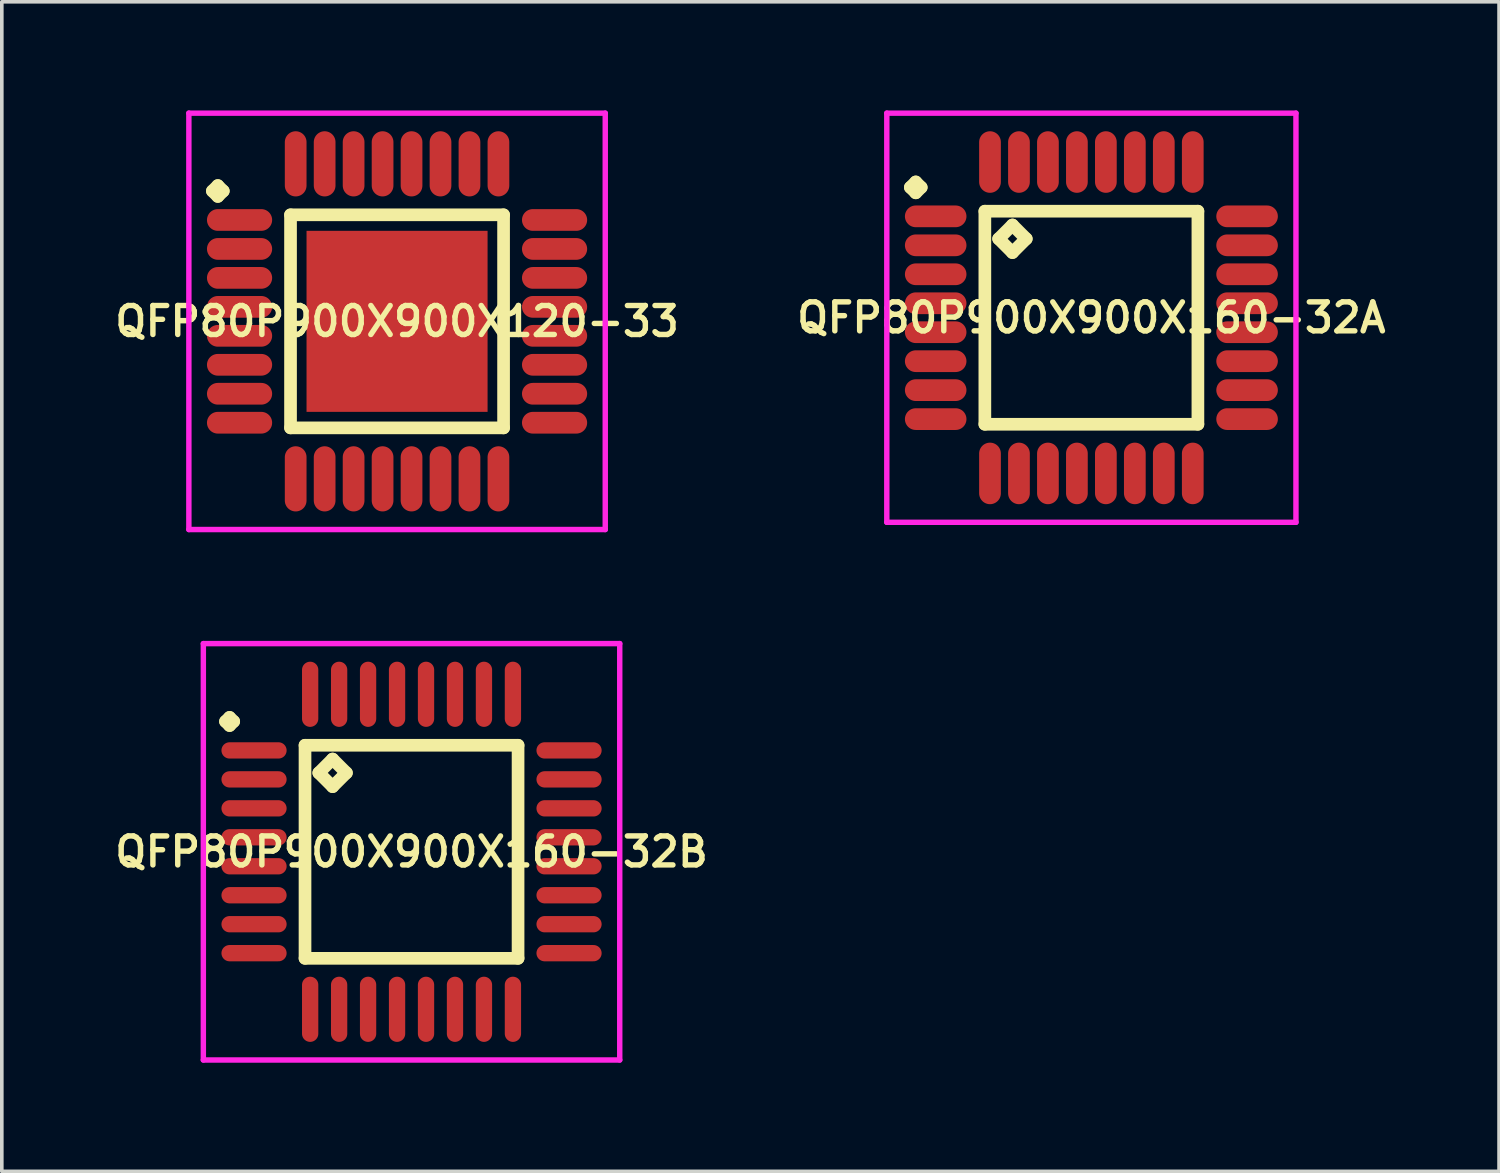
<source format=kicad_pcb>
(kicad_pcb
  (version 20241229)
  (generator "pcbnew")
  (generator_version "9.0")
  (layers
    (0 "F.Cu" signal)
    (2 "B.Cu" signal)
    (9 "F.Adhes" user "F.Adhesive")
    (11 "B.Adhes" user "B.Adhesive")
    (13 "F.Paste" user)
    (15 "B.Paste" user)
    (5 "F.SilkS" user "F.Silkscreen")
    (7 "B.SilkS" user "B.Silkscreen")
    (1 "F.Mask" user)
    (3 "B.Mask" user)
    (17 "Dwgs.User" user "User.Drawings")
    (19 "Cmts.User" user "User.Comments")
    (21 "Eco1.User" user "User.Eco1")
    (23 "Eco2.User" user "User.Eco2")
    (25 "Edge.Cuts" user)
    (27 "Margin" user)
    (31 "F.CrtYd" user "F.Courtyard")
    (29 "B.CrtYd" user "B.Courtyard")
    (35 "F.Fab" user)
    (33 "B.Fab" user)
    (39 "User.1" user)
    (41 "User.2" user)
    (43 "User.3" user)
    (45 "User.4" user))
  (footprint "QFP80P900X900X160-32A"
    (layer "F.Cu")
    (at 27.092 5.725)
    (property "Reference" "QFP80P900X900X160-32A" (at 0 0 0) (layer "F.SilkS") (effects (font (size 0.8 0.8) (thickness 0.15))))
    (attr smd)
    (fp_line (start -5 -3.6) (end -4.85 -3.75) (stroke (width 0.35) (type solid)) (layer "F.SilkS"))
    (fp_line (start -4.85 -3.75) (end -4.7 -3.6) (stroke (width 0.35) (type solid)) (layer "F.SilkS"))
    (fp_line (start -4.85 -3.45) (end -5 -3.6) (stroke (width 0.35) (type solid)) (layer "F.SilkS"))
    (fp_line (start -4.7 -3.6) (end -4.85 -3.45) (stroke (width 0.35) (type solid)) (layer "F.SilkS"))
    (fp_line (start -2.942 -2.942) (end -2.942 2.942) (stroke (width 0.35) (type solid)) (layer "F.SilkS"))
    (fp_line (start -2.942 2.942) (end 2.942 2.942) (stroke (width 0.35) (type solid)) (layer "F.SilkS"))
    (fp_line (start -2.561 -2.18) (end -2.18 -2.561) (stroke (width 0.35) (type solid)) (layer "F.SilkS"))
    (fp_line (start -2.18 -2.561) (end -1.799 -2.18) (stroke (width 0.35) (type solid)) (layer "F.SilkS"))
    (fp_line (start -2.18 -1.799) (end -2.561 -2.18) (stroke (width 0.35) (type solid)) (layer "F.SilkS"))
    (fp_line (start -1.799 -2.18) (end -2.18 -1.799) (stroke (width 0.35) (type solid)) (layer "F.SilkS"))
    (fp_line (start 2.942 -2.942) (end -2.942 -2.942) (stroke (width 0.35) (type solid)) (layer "F.SilkS"))
    (fp_line (start 2.942 2.942) (end 2.942 -2.942) (stroke (width 0.35) (type solid)) (layer "F.SilkS"))
    (fp_line (start -5.65 -5.65) (end 5.65 -5.65) (stroke (width 0.15) (type solid)) (layer "F.CrtYd"))
    (fp_line (start -5.65 5.65) (end -5.65 -5.65) (stroke (width 0.15) (type solid)) (layer "F.CrtYd"))
    (fp_line (start 5.65 -5.65) (end 5.65 5.65) (stroke (width 0.15) (type solid)) (layer "F.CrtYd"))
    (fp_line (start 5.65 5.65) (end -5.65 5.65) (stroke (width 0.15) (type solid)) (layer "F.CrtYd"))
    (pad "1" smd oval (at -4.3 -2.8) (size 1.7 0.6) (layers "F.Cu" "F.Mask" "F.Paste"))
    (pad "2" smd oval (at -4.3 -2) (size 1.7 0.6) (layers "F.Cu" "F.Mask" "F.Paste"))
    (pad "3" smd oval (at -4.3 -1.2) (size 1.7 0.6) (layers "F.Cu" "F.Mask" "F.Paste"))
    (pad "4" smd oval (at -4.3 -0.4) (size 1.7 0.6) (layers "F.Cu" "F.Mask" "F.Paste"))
    (pad "5" smd oval (at -4.3 0.4) (size 1.7 0.6) (layers "F.Cu" "F.Mask" "F.Paste"))
    (pad "6" smd oval (at -4.3 1.2) (size 1.7 0.6) (layers "F.Cu" "F.Mask" "F.Paste"))
    (pad "7" smd oval (at -4.3 2) (size 1.7 0.6) (layers "F.Cu" "F.Mask" "F.Paste"))
    (pad "8" smd oval (at -4.3 2.8) (size 1.7 0.6) (layers "F.Cu" "F.Mask" "F.Paste"))
    (pad "9" smd oval (at -2.8 4.3) (size 0.6 1.7) (layers "F.Cu" "F.Mask" "F.Paste"))
    (pad "10" smd oval (at -2 4.3) (size 0.6 1.7) (layers "F.Cu" "F.Mask" "F.Paste"))
    (pad "11" smd oval (at -1.2 4.3) (size 0.6 1.7) (layers "F.Cu" "F.Mask" "F.Paste"))
    (pad "12" smd oval (at -0.4 4.3) (size 0.6 1.7) (layers "F.Cu" "F.Mask" "F.Paste"))
    (pad "13" smd oval (at 0.4 4.3) (size 0.6 1.7) (layers "F.Cu" "F.Mask" "F.Paste"))
    (pad "14" smd oval (at 1.2 4.3) (size 0.6 1.7) (layers "F.Cu" "F.Mask" "F.Paste"))
    (pad "15" smd oval (at 2 4.3) (size 0.6 1.7) (layers "F.Cu" "F.Mask" "F.Paste"))
    (pad "16" smd oval (at 2.8 4.3) (size 0.6 1.7) (layers "F.Cu" "F.Mask" "F.Paste"))
    (pad "17" smd oval (at 4.3 2.8) (size 1.7 0.6) (layers "F.Cu" "F.Mask" "F.Paste"))
    (pad "18" smd oval (at 4.3 2) (size 1.7 0.6) (layers "F.Cu" "F.Mask" "F.Paste"))
    (pad "19" smd oval (at 4.3 1.2) (size 1.7 0.6) (layers "F.Cu" "F.Mask" "F.Paste"))
    (pad "20" smd oval (at 4.3 0.4) (size 1.7 0.6) (layers "F.Cu" "F.Mask" "F.Paste"))
    (pad "21" smd oval (at 4.3 -0.4) (size 1.7 0.6) (layers "F.Cu" "F.Mask" "F.Paste"))
    (pad "22" smd oval (at 4.3 -1.2) (size 1.7 0.6) (layers "F.Cu" "F.Mask" "F.Paste"))
    (pad "23" smd oval (at 4.3 -2) (size 1.7 0.6) (layers "F.Cu" "F.Mask" "F.Paste"))
    (pad "24" smd oval (at 4.3 -2.8) (size 1.7 0.6) (layers "F.Cu" "F.Mask" "F.Paste"))
    (pad "25" smd oval (at 2.8 -4.3) (size 0.6 1.7) (layers "F.Cu" "F.Mask" "F.Paste"))
    (pad "26" smd oval (at 2 -4.3) (size 0.6 1.7) (layers "F.Cu" "F.Mask" "F.Paste"))
    (pad "27" smd oval (at 1.2 -4.3) (size 0.6 1.7) (layers "F.Cu" "F.Mask" "F.Paste"))
    (pad "28" smd oval (at 0.4 -4.3) (size 0.6 1.7) (layers "F.Cu" "F.Mask" "F.Paste"))
    (pad "29" smd oval (at -0.4 -4.3) (size 0.6 1.7) (layers "F.Cu" "F.Mask" "F.Paste"))
    (pad "30" smd oval (at -1.2 -4.3) (size 0.6 1.7) (layers "F.Cu" "F.Mask" "F.Paste"))
    (pad "31" smd oval (at -2 -4.3) (size 0.6 1.7) (layers "F.Cu" "F.Mask" "F.Paste"))
    (pad "32" smd oval (at -2.8 -4.3) (size 0.6 1.7) (layers "F.Cu" "F.Mask" "F.Paste")))
  (footprint "QFP80P900X900X160-32B"
    (layer "F.Cu")
    (at 8.316 20.475)
    (property "Reference" "QFP80P900X900X160-32B" (at 0 0 0) (layer "F.SilkS") (effects (font (size 0.8 0.8) (thickness 0.15))))
    (attr smd)
    (fp_line (start -5.138 -3.6) (end -5.025 -3.712) (stroke (width 0.35) (type solid)) (layer "F.SilkS"))
    (fp_line (start -5.025 -3.712) (end -4.912 -3.6) (stroke (width 0.35) (type solid)) (layer "F.SilkS"))
    (fp_line (start -5.025 -3.487) (end -5.138 -3.6) (stroke (width 0.35) (type solid)) (layer "F.SilkS"))
    (fp_line (start -4.912 -3.6) (end -5.025 -3.487) (stroke (width 0.35) (type solid)) (layer "F.SilkS"))
    (fp_line (start -2.942 -2.942) (end -2.942 2.942) (stroke (width 0.35) (type solid)) (layer "F.SilkS"))
    (fp_line (start -2.942 2.942) (end 2.942 2.942) (stroke (width 0.35) (type solid)) (layer "F.SilkS"))
    (fp_line (start -2.561 -2.18) (end -2.18 -2.561) (stroke (width 0.35) (type solid)) (layer "F.SilkS"))
    (fp_line (start -2.18 -2.561) (end -1.799 -2.18) (stroke (width 0.35) (type solid)) (layer "F.SilkS"))
    (fp_line (start -2.18 -1.799) (end -2.561 -2.18) (stroke (width 0.35) (type solid)) (layer "F.SilkS"))
    (fp_line (start -1.799 -2.18) (end -2.18 -1.799) (stroke (width 0.35) (type solid)) (layer "F.SilkS"))
    (fp_line (start 2.942 -2.942) (end -2.942 -2.942) (stroke (width 0.35) (type solid)) (layer "F.SilkS"))
    (fp_line (start 2.942 2.942) (end 2.942 -2.942) (stroke (width 0.35) (type solid)) (layer "F.SilkS"))
    (fp_line (start -5.75 -5.75) (end 5.75 -5.75) (stroke (width 0.15) (type solid)) (layer "F.CrtYd"))
    (fp_line (start -5.75 5.75) (end -5.75 -5.75) (stroke (width 0.15) (type solid)) (layer "F.CrtYd"))
    (fp_line (start 5.75 -5.75) (end 5.75 5.75) (stroke (width 0.15) (type solid)) (layer "F.CrtYd"))
    (fp_line (start 5.75 5.75) (end -5.75 5.75) (stroke (width 0.15) (type solid)) (layer "F.CrtYd"))
    (pad "1" smd oval (at -4.35 -2.8) (size 1.8 0.45) (layers "F.Cu" "F.Mask" "F.Paste"))
    (pad "2" smd oval (at -4.35 -2) (size 1.8 0.45) (layers "F.Cu" "F.Mask" "F.Paste"))
    (pad "3" smd oval (at -4.35 -1.2) (size 1.8 0.45) (layers "F.Cu" "F.Mask" "F.Paste"))
    (pad "4" smd oval (at -4.35 -0.4) (size 1.8 0.45) (layers "F.Cu" "F.Mask" "F.Paste"))
    (pad "5" smd oval (at -4.35 0.4) (size 1.8 0.45) (layers "F.Cu" "F.Mask" "F.Paste"))
    (pad "6" smd oval (at -4.35 1.2) (size 1.8 0.45) (layers "F.Cu" "F.Mask" "F.Paste"))
    (pad "7" smd oval (at -4.35 2) (size 1.8 0.45) (layers "F.Cu" "F.Mask" "F.Paste"))
    (pad "8" smd oval (at -4.35 2.8) (size 1.8 0.45) (layers "F.Cu" "F.Mask" "F.Paste"))
    (pad "9" smd oval (at -2.8 4.35) (size 0.45 1.8) (layers "F.Cu" "F.Mask" "F.Paste"))
    (pad "10" smd oval (at -2 4.35) (size 0.45 1.8) (layers "F.Cu" "F.Mask" "F.Paste"))
    (pad "11" smd oval (at -1.2 4.35) (size 0.45 1.8) (layers "F.Cu" "F.Mask" "F.Paste"))
    (pad "12" smd oval (at -0.4 4.35) (size 0.45 1.8) (layers "F.Cu" "F.Mask" "F.Paste"))
    (pad "13" smd oval (at 0.4 4.35) (size 0.45 1.8) (layers "F.Cu" "F.Mask" "F.Paste"))
    (pad "14" smd oval (at 1.2 4.35) (size 0.45 1.8) (layers "F.Cu" "F.Mask" "F.Paste"))
    (pad "15" smd oval (at 2 4.35) (size 0.45 1.8) (layers "F.Cu" "F.Mask" "F.Paste"))
    (pad "16" smd oval (at 2.8 4.35) (size 0.45 1.8) (layers "F.Cu" "F.Mask" "F.Paste"))
    (pad "17" smd oval (at 4.35 2.8) (size 1.8 0.45) (layers "F.Cu" "F.Mask" "F.Paste"))
    (pad "18" smd oval (at 4.35 2) (size 1.8 0.45) (layers "F.Cu" "F.Mask" "F.Paste"))
    (pad "19" smd oval (at 4.35 1.2) (size 1.8 0.45) (layers "F.Cu" "F.Mask" "F.Paste"))
    (pad "20" smd oval (at 4.35 0.4) (size 1.8 0.45) (layers "F.Cu" "F.Mask" "F.Paste"))
    (pad "21" smd oval (at 4.35 -0.4) (size 1.8 0.45) (layers "F.Cu" "F.Mask" "F.Paste"))
    (pad "22" smd oval (at 4.35 -1.2) (size 1.8 0.45) (layers "F.Cu" "F.Mask" "F.Paste"))
    (pad "23" smd oval (at 4.35 -2) (size 1.8 0.45) (layers "F.Cu" "F.Mask" "F.Paste"))
    (pad "24" smd oval (at 4.35 -2.8) (size 1.8 0.45) (layers "F.Cu" "F.Mask" "F.Paste"))
    (pad "25" smd oval (at 2.8 -4.35) (size 0.45 1.8) (layers "F.Cu" "F.Mask" "F.Paste"))
    (pad "26" smd oval (at 2 -4.35) (size 0.45 1.8) (layers "F.Cu" "F.Mask" "F.Paste"))
    (pad "27" smd oval (at 1.2 -4.35) (size 0.45 1.8) (layers "F.Cu" "F.Mask" "F.Paste"))
    (pad "28" smd oval (at 0.4 -4.35) (size 0.45 1.8) (layers "F.Cu" "F.Mask" "F.Paste"))
    (pad "29" smd oval (at -0.4 -4.35) (size 0.45 1.8) (layers "F.Cu" "F.Mask" "F.Paste"))
    (pad "30" smd oval (at -1.2 -4.35) (size 0.45 1.8) (layers "F.Cu" "F.Mask" "F.Paste"))
    (pad "31" smd oval (at -2 -4.35) (size 0.45 1.8) (layers "F.Cu" "F.Mask" "F.Paste"))
    (pad "32" smd oval (at -2.8 -4.35) (size 0.45 1.8) (layers "F.Cu" "F.Mask" "F.Paste")))
  (footprint "QFP80P900X900X120-33"
    (layer "F.Cu")
    (at 7.916 5.825)
    (property "Reference" "QFP80P900X900X120-33" (at 0 0 0) (layer "F.SilkS") (effects (font (size 0.8 0.8) (thickness 0.15))))
    (attr smd)
    (fp_line (start -5.1 -3.6) (end -4.95 -3.75) (stroke (width 0.35) (type solid)) (layer "F.SilkS"))
    (fp_line (start -4.95 -3.75) (end -4.8 -3.6) (stroke (width 0.35) (type solid)) (layer "F.SilkS"))
    (fp_line (start -4.95 -3.45) (end -5.1 -3.6) (stroke (width 0.35) (type solid)) (layer "F.SilkS"))
    (fp_line (start -4.8 -3.6) (end -4.95 -3.45) (stroke (width 0.35) (type solid)) (layer "F.SilkS"))
    (fp_line (start -2.942 -2.942) (end -2.942 2.942) (stroke (width 0.35) (type solid)) (layer "F.SilkS"))
    (fp_line (start -2.942 2.942) (end 2.942 2.942) (stroke (width 0.35) (type solid)) (layer "F.SilkS"))
    (fp_line (start 2.942 -2.942) (end -2.942 -2.942) (stroke (width 0.35) (type solid)) (layer "F.SilkS"))
    (fp_line (start 2.942 2.942) (end 2.942 -2.942) (stroke (width 0.35) (type solid)) (layer "F.SilkS"))
    (fp_line (start -5.75 -5.75) (end 5.75 -5.75) (stroke (width 0.15) (type solid)) (layer "F.CrtYd"))
    (fp_line (start -5.75 5.75) (end -5.75 -5.75) (stroke (width 0.15) (type solid)) (layer "F.CrtYd"))
    (fp_line (start 5.75 -5.75) (end 5.75 5.75) (stroke (width 0.15) (type solid)) (layer "F.CrtYd"))
    (fp_line (start 5.75 5.75) (end -5.75 5.75) (stroke (width 0.15) (type solid)) (layer "F.CrtYd"))
    (pad "1" smd oval (at -4.35 -2.8) (size 1.8 0.6) (layers "F.Cu" "F.Mask" "F.Paste"))
    (pad "2" smd oval (at -4.35 -2) (size 1.8 0.6) (layers "F.Cu" "F.Mask" "F.Paste"))
    (pad "3" smd oval (at -4.35 -1.2) (size 1.8 0.6) (layers "F.Cu" "F.Mask" "F.Paste"))
    (pad "4" smd oval (at -4.35 -0.4) (size 1.8 0.6) (layers "F.Cu" "F.Mask" "F.Paste"))
    (pad "5" smd oval (at -4.35 0.4) (size 1.8 0.6) (layers "F.Cu" "F.Mask" "F.Paste"))
    (pad "6" smd oval (at -4.35 1.2) (size 1.8 0.6) (layers "F.Cu" "F.Mask" "F.Paste"))
    (pad "7" smd oval (at -4.35 2) (size 1.8 0.6) (layers "F.Cu" "F.Mask" "F.Paste"))
    (pad "8" smd oval (at -4.35 2.8) (size 1.8 0.6) (layers "F.Cu" "F.Mask" "F.Paste"))
    (pad "9" smd oval (at -2.8 4.35) (size 0.6 1.8) (layers "F.Cu" "F.Mask" "F.Paste"))
    (pad "10" smd oval (at -2 4.35) (size 0.6 1.8) (layers "F.Cu" "F.Mask" "F.Paste"))
    (pad "11" smd oval (at -1.2 4.35) (size 0.6 1.8) (layers "F.Cu" "F.Mask" "F.Paste"))
    (pad "12" smd oval (at -0.4 4.35) (size 0.6 1.8) (layers "F.Cu" "F.Mask" "F.Paste"))
    (pad "13" smd oval (at 0.4 4.35) (size 0.6 1.8) (layers "F.Cu" "F.Mask" "F.Paste"))
    (pad "14" smd oval (at 1.2 4.35) (size 0.6 1.8) (layers "F.Cu" "F.Mask" "F.Paste"))
    (pad "15" smd oval (at 2 4.35) (size 0.6 1.8) (layers "F.Cu" "F.Mask" "F.Paste"))
    (pad "16" smd oval (at 2.8 4.35) (size 0.6 1.8) (layers "F.Cu" "F.Mask" "F.Paste"))
    (pad "17" smd oval (at 4.35 2.8) (size 1.8 0.6) (layers "F.Cu" "F.Mask" "F.Paste"))
    (pad "18" smd oval (at 4.35 2) (size 1.8 0.6) (layers "F.Cu" "F.Mask" "F.Paste"))
    (pad "19" smd oval (at 4.35 1.2) (size 1.8 0.6) (layers "F.Cu" "F.Mask" "F.Paste"))
    (pad "20" smd oval (at 4.35 0.4) (size 1.8 0.6) (layers "F.Cu" "F.Mask" "F.Paste"))
    (pad "21" smd oval (at 4.35 -0.4) (size 1.8 0.6) (layers "F.Cu" "F.Mask" "F.Paste"))
    (pad "22" smd oval (at 4.35 -1.2) (size 1.8 0.6) (layers "F.Cu" "F.Mask" "F.Paste"))
    (pad "23" smd oval (at 4.35 -2) (size 1.8 0.6) (layers "F.Cu" "F.Mask" "F.Paste"))
    (pad "24" smd oval (at 4.35 -2.8) (size 1.8 0.6) (layers "F.Cu" "F.Mask" "F.Paste"))
    (pad "25" smd oval (at 2.8 -4.35) (size 0.6 1.8) (layers "F.Cu" "F.Mask" "F.Paste"))
    (pad "26" smd oval (at 2 -4.35) (size 0.6 1.8) (layers "F.Cu" "F.Mask" "F.Paste"))
    (pad "27" smd oval (at 1.2 -4.35) (size 0.6 1.8) (layers "F.Cu" "F.Mask" "F.Paste"))
    (pad "28" smd oval (at 0.4 -4.35) (size 0.6 1.8) (layers "F.Cu" "F.Mask" "F.Paste"))
    (pad "29" smd oval (at -0.4 -4.35) (size 0.6 1.8) (layers "F.Cu" "F.Mask" "F.Paste"))
    (pad "30" smd oval (at -1.2 -4.35) (size 0.6 1.8) (layers "F.Cu" "F.Mask" "F.Paste"))
    (pad "31" smd oval (at -2 -4.35) (size 0.6 1.8) (layers "F.Cu" "F.Mask" "F.Paste"))
    (pad "32" smd oval (at -2.8 -4.35) (size 0.6 1.8) (layers "F.Cu" "F.Mask" "F.Paste"))
    (pad "33" smd rect (at 0 0) (size 5 5) (layers "F.Cu" "F.Mask" "F.Paste")))
  (gr_rect
    (start -3 -3)
    (end 38.351 29.3)
    (stroke (width 0.1) (type default))
    (fill no)
    (layer "Edge.Cuts")))
</source>
